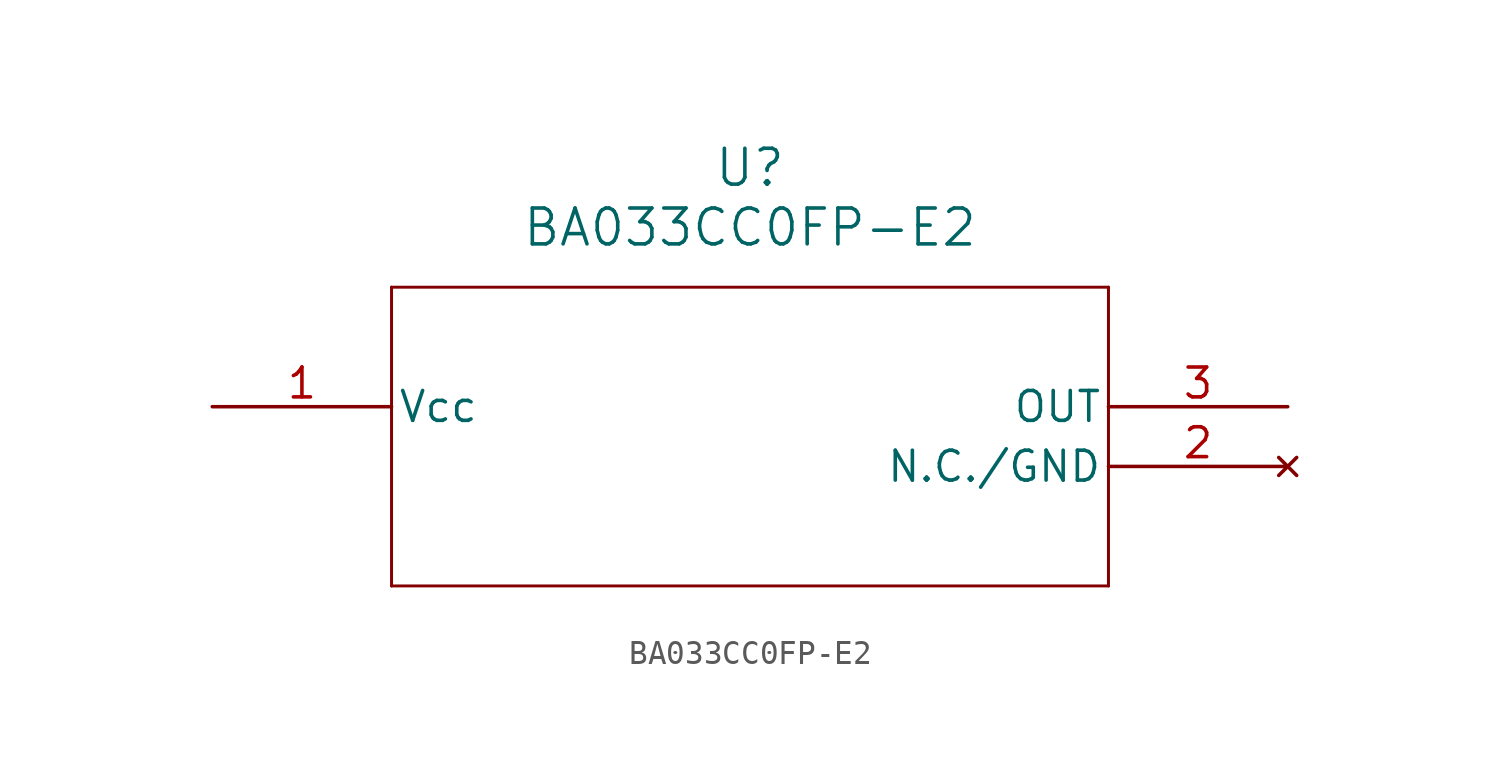
<source format=kicad_sym>
(kicad_symbol_lib
  (version 20211014)
  (generator kicad_symbol_editor)
  (symbol "BA033CC0FP-E2"
    (pin_names
      (offset 0.254))
    (property "Reference" "U"
      (at 22.86 10.16 0)
      (effects (font (size 1.524 1.524))))
    (property "Value" "BA033CC0FP-E2"
      (at 22.86 7.62 0)
      (effects (font (size 1.524 1.524))))
    (symbol "BA033CC0FP-E2_0_1"
      (polyline (pts (xy 7.62 5.08) (xy 7.62 -7.62)) (stroke (width 0.127) (type default) (color 0 0 0 0)) (fill (type none)))
      (polyline (pts (xy 7.62 -7.62) (xy 38.1 -7.62)) (stroke (width 0.127) (type default) (color 0 0 0 0)) (fill (type none)))
      (polyline (pts (xy 38.1 -7.62) (xy 38.1 5.08)) (stroke (width 0.127) (type default) (color 0 0 0 0)) (fill (type none)))
      (polyline (pts (xy 38.1 5.08) (xy 7.62 5.08)) (stroke (width 0.127) (type default) (color 0 0 0 0)) (fill (type none)))
      (pin power_in line (at 0 0 0) (length 7.62) (name "Vcc" (effects (font (size 1.27 1.27)))) (number "1" (effects (font (size 1.27 1.27)))))
      (pin no_connect line (at 45.72 -2.54 180) (length 7.62) (name "N.C./GND" (effects (font (size 1.27 1.27)))) (number "2" (effects (font (size 1.27 1.27)))))
      (pin output line (at 45.72 0 180) (length 7.62) (name "OUT" (effects (font (size 1.27 1.27)))) (number "3" (effects (font (size 1.27 1.27))))))))
</source>
